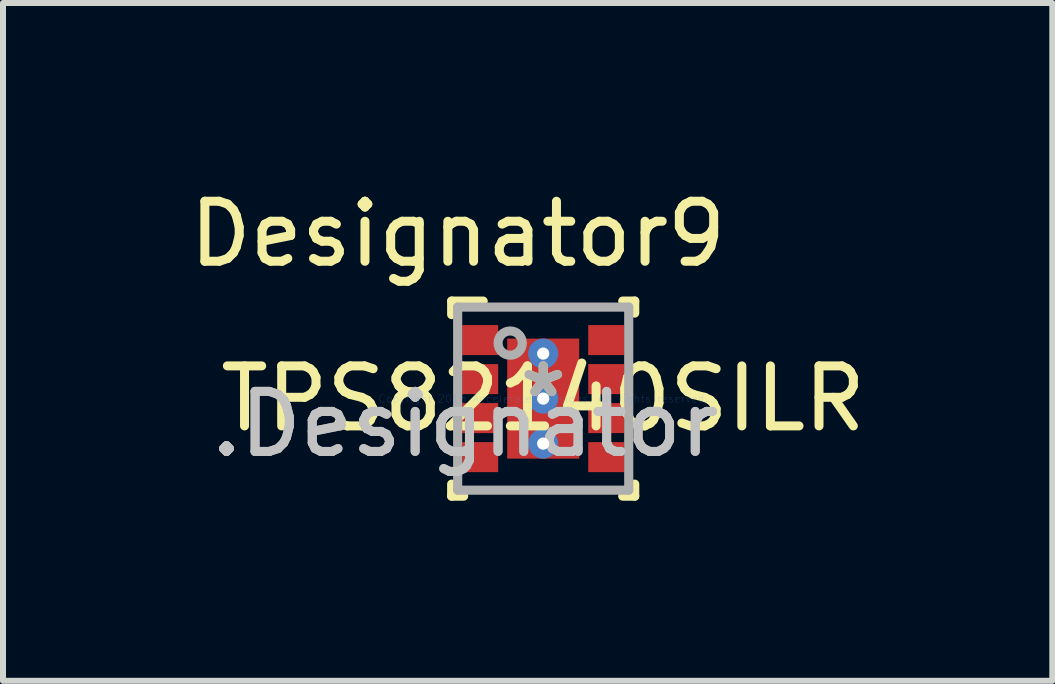
<source format=kicad_pcb>
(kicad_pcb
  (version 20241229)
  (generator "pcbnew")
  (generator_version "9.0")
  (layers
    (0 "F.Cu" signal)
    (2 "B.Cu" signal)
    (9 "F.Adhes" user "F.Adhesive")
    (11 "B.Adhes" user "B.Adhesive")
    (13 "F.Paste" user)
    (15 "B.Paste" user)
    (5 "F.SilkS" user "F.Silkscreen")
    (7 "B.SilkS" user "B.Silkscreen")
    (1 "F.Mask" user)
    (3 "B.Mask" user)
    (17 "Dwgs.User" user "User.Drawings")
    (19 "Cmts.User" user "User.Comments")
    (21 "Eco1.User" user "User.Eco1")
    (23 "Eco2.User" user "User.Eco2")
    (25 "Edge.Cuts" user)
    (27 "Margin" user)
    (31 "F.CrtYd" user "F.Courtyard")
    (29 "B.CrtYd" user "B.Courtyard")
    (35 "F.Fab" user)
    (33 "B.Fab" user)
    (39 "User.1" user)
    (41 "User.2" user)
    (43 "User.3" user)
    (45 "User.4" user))
  (footprint "TPS82140SILR"
    (layer "F.Cu")
    (at 6 3.591)
    (property "Reference" "TPS82140SILR" (at 0 0 0) (layer "F.SilkS") (effects (font (size 1 1) (thickness 0.15))))
    (attr through_hole)
    (fp_line (start -1.525 -1.625) (end -1 -1.625) (stroke (width 0.152) (type solid)) (layer "F.SilkS"))
    (fp_line (start -1.525 -1.4) (end -1.525 -1.625) (stroke (width 0.152) (type solid)) (layer "F.SilkS"))
    (fp_line (start -1.525 1.625) (end -1.525 1.425) (stroke (width 0.152) (type solid)) (layer "F.SilkS"))
    (fp_line (start -1.525 1.625) (end -1.325 1.625) (stroke (width 0.152) (type solid)) (layer "F.SilkS"))
    (fp_line (start 1.325 -1.625) (end 1.525 -1.625) (stroke (width 0.152) (type solid)) (layer "F.SilkS"))
    (fp_line (start 1.325 1.625) (end 1.525 1.625) (stroke (width 0.152) (type solid)) (layer "F.SilkS"))
    (fp_line (start 1.525 -1.425) (end 1.525 -1.625) (stroke (width 0.152) (type solid)) (layer "F.SilkS"))
    (fp_line (start 1.525 1.625) (end 1.525 1.425) (stroke (width 0.152) (type solid)) (layer "F.SilkS"))
    (fp_line (start -0.52 -0.899) (end -0.519 -0.909) (stroke (width 0.152) (type solid)) (layer "F.Paste"))
    (fp_line (start -0.52 -0.151) (end -0.52 -0.899) (stroke (width 0.152) (type solid)) (layer "F.Paste"))
    (fp_line (start -0.52 0.151) (end -0.519 0.141) (stroke (width 0.152) (type solid)) (layer "F.Paste"))
    (fp_line (start -0.52 0.899) (end -0.52 0.151) (stroke (width 0.152) (type solid)) (layer "F.Paste"))
    (fp_line (start -0.519 -0.909) (end -0.516 -0.919) (stroke (width 0.152) (type solid)) (layer "F.Paste"))
    (fp_line (start -0.519 -0.141) (end -0.52 -0.151) (stroke (width 0.152) (type solid)) (layer "F.Paste"))
    (fp_line (start -0.519 0.141) (end -0.516 0.131) (stroke (width 0.152) (type solid)) (layer "F.Paste"))
    (fp_line (start -0.519 0.909) (end -0.52 0.899) (stroke (width 0.152) (type solid)) (layer "F.Paste"))
    (fp_line (start -0.516 -0.919) (end -0.511 -0.927) (stroke (width 0.152) (type solid)) (layer "F.Paste"))
    (fp_line (start -0.516 -0.131) (end -0.519 -0.141) (stroke (width 0.152) (type solid)) (layer "F.Paste"))
    (fp_line (start -0.516 0.131) (end -0.511 0.123) (stroke (width 0.152) (type solid)) (layer "F.Paste"))
    (fp_line (start -0.516 0.919) (end -0.519 0.909) (stroke (width 0.152) (type solid)) (layer "F.Paste"))
    (fp_line (start -0.511 -0.927) (end -0.505 -0.935) (stroke (width 0.152) (type solid)) (layer "F.Paste"))
    (fp_line (start -0.511 -0.123) (end -0.516 -0.131) (stroke (width 0.152) (type solid)) (layer "F.Paste"))
    (fp_line (start -0.511 0.123) (end -0.505 0.115) (stroke (width 0.152) (type solid)) (layer "F.Paste"))
    (fp_line (start -0.511 0.927) (end -0.516 0.919) (stroke (width 0.152) (type solid)) (layer "F.Paste"))
    (fp_line (start -0.505 -0.935) (end -0.497 -0.941) (stroke (width 0.152) (type solid)) (layer "F.Paste"))
    (fp_line (start -0.505 -0.115) (end -0.511 -0.123) (stroke (width 0.152) (type solid)) (layer "F.Paste"))
    (fp_line (start -0.505 0.115) (end -0.497 0.109) (stroke (width 0.152) (type solid)) (layer "F.Paste"))
    (fp_line (start -0.505 0.935) (end -0.511 0.927) (stroke (width 0.152) (type solid)) (layer "F.Paste"))
    (fp_line (start -0.497 -0.941) (end -0.489 -0.946) (stroke (width 0.152) (type solid)) (layer "F.Paste"))
    (fp_line (start -0.497 -0.109) (end -0.505 -0.115) (stroke (width 0.152) (type solid)) (layer "F.Paste"))
    (fp_line (start -0.497 0.109) (end -0.489 0.104) (stroke (width 0.152) (type solid)) (layer "F.Paste"))
    (fp_line (start -0.497 0.941) (end -0.505 0.935) (stroke (width 0.152) (type solid)) (layer "F.Paste"))
    (fp_line (start -0.489 -0.946) (end -0.479 -0.949) (stroke (width 0.152) (type solid)) (layer "F.Paste"))
    (fp_line (start -0.489 -0.104) (end -0.497 -0.109) (stroke (width 0.152) (type solid)) (layer "F.Paste"))
    (fp_line (start -0.489 0.104) (end -0.479 0.101) (stroke (width 0.152) (type solid)) (layer "F.Paste"))
    (fp_line (start -0.489 0.946) (end -0.497 0.941) (stroke (width 0.152) (type solid)) (layer "F.Paste"))
    (fp_line (start -0.479 -0.949) (end -0.469 -0.95) (stroke (width 0.152) (type solid)) (layer "F.Paste"))
    (fp_line (start -0.479 -0.101) (end -0.489 -0.104) (stroke (width 0.152) (type solid)) (layer "F.Paste"))
    (fp_line (start -0.479 0.101) (end -0.469 0.1) (stroke (width 0.152) (type solid)) (layer "F.Paste"))
    (fp_line (start -0.479 0.949) (end -0.489 0.946) (stroke (width 0.152) (type solid)) (layer "F.Paste"))
    (fp_line (start -0.469 -0.95) (end 0.469 -0.95) (stroke (width 0.152) (type solid)) (layer "F.Paste"))
    (fp_line (start -0.469 -0.1) (end -0.479 -0.101) (stroke (width 0.152) (type solid)) (layer "F.Paste"))
    (fp_line (start -0.469 0.1) (end 0.469 0.1) (stroke (width 0.152) (type solid)) (layer "F.Paste"))
    (fp_line (start -0.469 0.95) (end -0.479 0.949) (stroke (width 0.152) (type solid)) (layer "F.Paste"))
    (fp_line (start 0.469 -0.95) (end 0.479 -0.949) (stroke (width 0.152) (type solid)) (layer "F.Paste"))
    (fp_line (start 0.469 -0.1) (end -0.469 -0.1) (stroke (width 0.152) (type solid)) (layer "F.Paste"))
    (fp_line (start 0.469 0.1) (end 0.479 0.101) (stroke (width 0.152) (type solid)) (layer "F.Paste"))
    (fp_line (start 0.469 0.95) (end -0.469 0.95) (stroke (width 0.152) (type solid)) (layer "F.Paste"))
    (fp_line (start 0.479 -0.949) (end 0.489 -0.946) (stroke (width 0.152) (type solid)) (layer "F.Paste"))
    (fp_line (start 0.479 -0.101) (end 0.469 -0.1) (stroke (width 0.152) (type solid)) (layer "F.Paste"))
    (fp_line (start 0.479 0.101) (end 0.489 0.104) (stroke (width 0.152) (type solid)) (layer "F.Paste"))
    (fp_line (start 0.479 0.949) (end 0.469 0.95) (stroke (width 0.152) (type solid)) (layer "F.Paste"))
    (fp_line (start 0.489 -0.946) (end 0.497 -0.941) (stroke (width 0.152) (type solid)) (layer "F.Paste"))
    (fp_line (start 0.489 -0.104) (end 0.479 -0.101) (stroke (width 0.152) (type solid)) (layer "F.Paste"))
    (fp_line (start 0.489 0.104) (end 0.497 0.109) (stroke (width 0.152) (type solid)) (layer "F.Paste"))
    (fp_line (start 0.489 0.946) (end 0.479 0.949) (stroke (width 0.152) (type solid)) (layer "F.Paste"))
    (fp_line (start 0.497 -0.941) (end 0.505 -0.935) (stroke (width 0.152) (type solid)) (layer "F.Paste"))
    (fp_line (start 0.497 -0.109) (end 0.489 -0.104) (stroke (width 0.152) (type solid)) (layer "F.Paste"))
    (fp_line (start 0.497 0.109) (end 0.505 0.115) (stroke (width 0.152) (type solid)) (layer "F.Paste"))
    (fp_line (start 0.497 0.941) (end 0.489 0.946) (stroke (width 0.152) (type solid)) (layer "F.Paste"))
    (fp_line (start 0.505 -0.935) (end 0.511 -0.927) (stroke (width 0.152) (type solid)) (layer "F.Paste"))
    (fp_line (start 0.505 -0.115) (end 0.497 -0.109) (stroke (width 0.152) (type solid)) (layer "F.Paste"))
    (fp_line (start 0.505 0.115) (end 0.511 0.123) (stroke (width 0.152) (type solid)) (layer "F.Paste"))
    (fp_line (start 0.505 0.935) (end 0.497 0.941) (stroke (width 0.152) (type solid)) (layer "F.Paste"))
    (fp_line (start 0.511 -0.927) (end 0.516 -0.919) (stroke (width 0.152) (type solid)) (layer "F.Paste"))
    (fp_line (start 0.511 -0.123) (end 0.505 -0.115) (stroke (width 0.152) (type solid)) (layer "F.Paste"))
    (fp_line (start 0.511 0.123) (end 0.516 0.131) (stroke (width 0.152) (type solid)) (layer "F.Paste"))
    (fp_line (start 0.511 0.927) (end 0.505 0.935) (stroke (width 0.152) (type solid)) (layer "F.Paste"))
    (fp_line (start 0.516 -0.919) (end 0.519 -0.909) (stroke (width 0.152) (type solid)) (layer "F.Paste"))
    (fp_line (start 0.516 -0.131) (end 0.511 -0.123) (stroke (width 0.152) (type solid)) (layer "F.Paste"))
    (fp_line (start 0.516 0.131) (end 0.519 0.141) (stroke (width 0.152) (type solid)) (layer "F.Paste"))
    (fp_line (start 0.516 0.919) (end 0.511 0.927) (stroke (width 0.152) (type solid)) (layer "F.Paste"))
    (fp_line (start 0.519 -0.909) (end 0.52 -0.899) (stroke (width 0.152) (type solid)) (layer "F.Paste"))
    (fp_line (start 0.519 -0.141) (end 0.516 -0.131) (stroke (width 0.152) (type solid)) (layer "F.Paste"))
    (fp_line (start 0.519 0.141) (end 0.52 0.151) (stroke (width 0.152) (type solid)) (layer "F.Paste"))
    (fp_line (start 0.519 0.909) (end 0.516 0.919) (stroke (width 0.152) (type solid)) (layer "F.Paste"))
    (fp_line (start 0.52 -0.899) (end 0.52 -0.151) (stroke (width 0.152) (type solid)) (layer "F.Paste"))
    (fp_line (start 0.52 -0.151) (end 0.519 -0.141) (stroke (width 0.152) (type solid)) (layer "F.Paste"))
    (fp_line (start 0.52 0.151) (end 0.52 0.899) (stroke (width 0.152) (type solid)) (layer "F.Paste"))
    (fp_line (start 0.52 0.899) (end 0.519 0.909) (stroke (width 0.152) (type solid)) (layer "F.Paste"))
    (fp_line (start -1.425 -1.525) (end 1.425 -1.525) (stroke (width 0.152) (type solid)) (layer "F.Fab"))
    (fp_line (start -1.425 1.525) (end -1.425 -1.525) (stroke (width 0.152) (type solid)) (layer "F.Fab"))
    (fp_line (start -1.425 1.525) (end 1.425 1.525) (stroke (width 0.152) (type solid)) (layer "F.Fab"))
    (fp_line (start 1.425 1.525) (end 1.425 -1.525) (stroke (width 0.152) (type solid)) (layer "F.Fab"))
    (fp_circle (center -0.55 -0.925) (end -0.348 -0.925) (stroke (width 0.152) (type solid)) (fill no) (layer "F.Fab"))
    (fp_text user "Designator9" (at -1.422 -2.743 0) (layer "F.SilkS") (effects (font (size 1 1) (thickness 0.15))))
    (fp_text user "*" (at 0 0 0) (layer "F.SilkS") (effects (font (size 1 1) (thickness 0.15))))
    (fp_text user ".Designator" (at -1.3 0.425 0) (layer "Dwgs.User") (effects (font (size 1 1) (thickness 0.15))))
    (fp_text user "Copyright 2016 Accelerated Designs. All rights reserved." (at 0 0 0) (layer "Cmts.User") (effects (font (size 0.127 0.127) (thickness 0.002))))
    (fp_text user "*" (at 0 0 0) (layer "F.Fab") (effects (font (size 1 1) (thickness 0.15))))
    (fp_text user ".Designator" (at -1.3 0.425 0) (layer "F.Fab") (effects (font (size 1 1) (thickness 0.15))))
    (pad "1" smd rect (at -1.05 -0.975) (size 0.6 0.5) (layers "F.Cu" "F.Mask" "F.Paste"))
    (pad "2" smd rect (at -1.05 -0.325) (size 0.6 0.5) (layers "F.Cu" "F.Mask" "F.Paste"))
    (pad "3" smd rect (at -1.05 0.325) (size 0.6 0.5) (layers "F.Cu" "F.Mask" "F.Paste"))
    (pad "4" smd rect (at -1.05 0.975) (size 0.6 0.5) (layers "F.Cu" "F.Mask" "F.Paste"))
    (pad "5" smd rect (at 1.05 0.975) (size 0.6 0.5) (layers "F.Cu" "F.Mask" "F.Paste"))
    (pad "6" smd rect (at 1.05 0.325) (size 0.6 0.5) (layers "F.Cu" "F.Mask" "F.Paste"))
    (pad "7" smd rect (at 1.05 -0.325) (size 0.6 0.5) (layers "F.Cu" "F.Mask" "F.Paste"))
    (pad "8" smd rect (at 1.05 -0.975) (size 0.6 0.5) (layers "F.Cu" "F.Mask" "F.Paste"))
    (pad "9" smd rect (at 0 0) (size 1.2 2) (layers "F.Cu" "F.Mask" "F.Paste"))
    (pad "V" thru_hole circle (at 0 -0.75) (size 0.5 0.5) (drill 0.203) (layers "*.Cu" "*.Mask"))
    (pad "V" thru_hole circle (at 0 0) (size 0.5 0.5) (drill 0.203) (layers "*.Cu" "*.Mask"))
    (pad "V" thru_hole circle (at 0 0.75) (size 0.5 0.5) (drill 0.203) (layers "*.Cu" "*.Mask")))
  (gr_rect
    (start -3 -3)
    (end 14.482 8.293)
    (stroke (width 0.1) (type default))
    (fill no)
    (layer "Edge.Cuts")))
</source>
